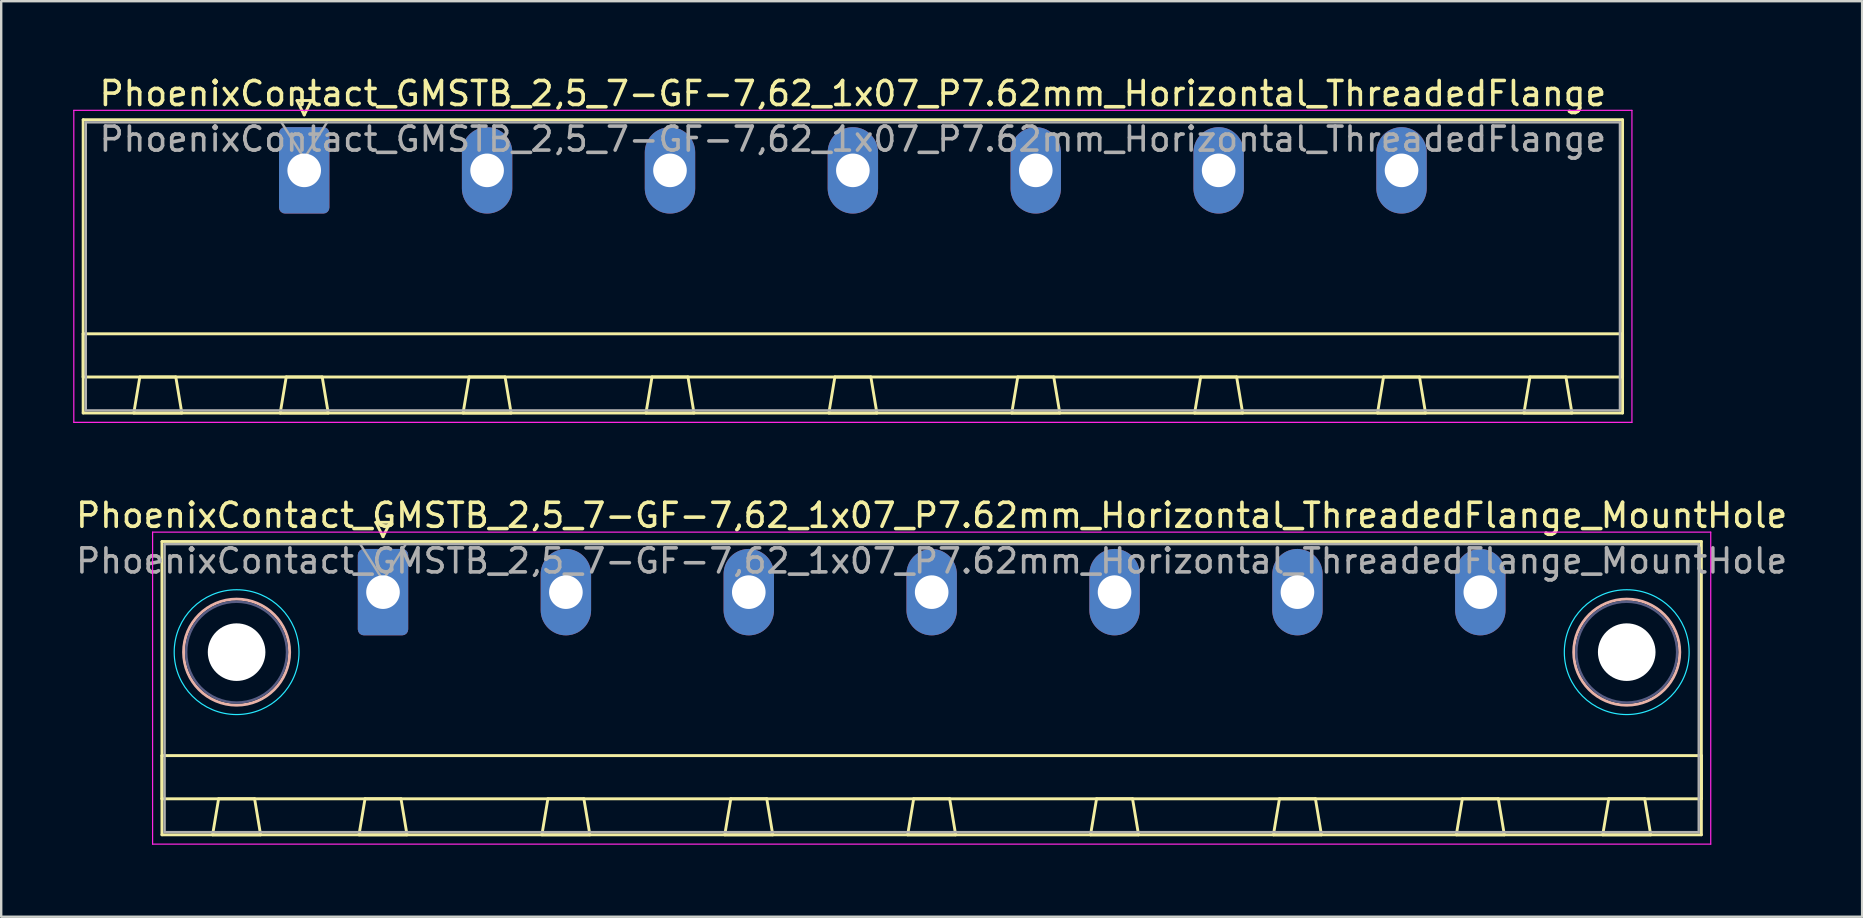
<source format=kicad_pcb>
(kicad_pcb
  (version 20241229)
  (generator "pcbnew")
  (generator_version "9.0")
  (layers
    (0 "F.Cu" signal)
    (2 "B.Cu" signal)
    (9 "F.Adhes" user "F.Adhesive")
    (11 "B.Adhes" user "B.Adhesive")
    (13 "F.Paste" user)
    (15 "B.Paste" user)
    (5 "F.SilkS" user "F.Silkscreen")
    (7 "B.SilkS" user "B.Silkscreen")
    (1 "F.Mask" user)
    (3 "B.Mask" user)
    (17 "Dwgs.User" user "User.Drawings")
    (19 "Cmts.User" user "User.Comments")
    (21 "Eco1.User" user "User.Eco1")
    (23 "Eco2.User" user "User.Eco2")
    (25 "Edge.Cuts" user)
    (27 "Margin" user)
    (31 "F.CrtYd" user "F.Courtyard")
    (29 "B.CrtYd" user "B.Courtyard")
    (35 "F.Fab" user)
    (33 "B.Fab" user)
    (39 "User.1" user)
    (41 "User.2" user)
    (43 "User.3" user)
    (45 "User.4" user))
  (footprint "PhoenixContact_GMSTB_2,5_7-GF-7,62_1x07_P7.62mm_Horizontal_ThreadedFlange"
    (layer "F.Cu")
    (at 9.625 4.048)
    (property "Reference" "PhoenixContact_GMSTB_2,5_7-GF-7,62_1x07_P7.62mm_Horizontal_ThreadedFlange" (at 22.86 -3.2 0) (layer "F.SilkS") (effects (font (size 1 1) (thickness 0.15))))
    (attr through_hole)
    (fp_line (start -9.21 -2.11) (end -9.21 10.11) (stroke (width 0.12) (type solid)) (layer "F.SilkS"))
    (fp_line (start -9.21 6.81) (end 54.93 6.81) (stroke (width 0.12) (type solid)) (layer "F.SilkS"))
    (fp_line (start -9.21 8.61) (end -9.21 6.81) (stroke (width 0.12) (type solid)) (layer "F.SilkS"))
    (fp_line (start -9.21 10.11) (end 54.93 10.11) (stroke (width 0.12) (type solid)) (layer "F.SilkS"))
    (fp_line (start -7.1 10.11) (end -5.1 10.11) (stroke (width 0.12) (type solid)) (layer "F.SilkS"))
    (fp_line (start -6.85 8.61) (end -7.1 10.11) (stroke (width 0.12) (type solid)) (layer "F.SilkS"))
    (fp_line (start -5.35 8.61) (end -6.85 8.61) (stroke (width 0.12) (type solid)) (layer "F.SilkS"))
    (fp_line (start -5.1 10.11) (end -5.35 8.61) (stroke (width 0.12) (type solid)) (layer "F.SilkS"))
    (fp_line (start -1 10.11) (end 1 10.11) (stroke (width 0.12) (type solid)) (layer "F.SilkS"))
    (fp_line (start -0.75 8.61) (end -1 10.11) (stroke (width 0.12) (type solid)) (layer "F.SilkS"))
    (fp_line (start -0.3 -2.91) (end 0.3 -2.91) (stroke (width 0.12) (type solid)) (layer "F.SilkS"))
    (fp_line (start 0 -2.31) (end -0.3 -2.91) (stroke (width 0.12) (type solid)) (layer "F.SilkS"))
    (fp_line (start 0.3 -2.91) (end 0 -2.31) (stroke (width 0.12) (type solid)) (layer "F.SilkS"))
    (fp_line (start 0.75 8.61) (end -0.75 8.61) (stroke (width 0.12) (type solid)) (layer "F.SilkS"))
    (fp_line (start 1 10.11) (end 0.75 8.61) (stroke (width 0.12) (type solid)) (layer "F.SilkS"))
    (fp_line (start 6.62 10.11) (end 8.62 10.11) (stroke (width 0.12) (type solid)) (layer "F.SilkS"))
    (fp_line (start 6.87 8.61) (end 6.62 10.11) (stroke (width 0.12) (type solid)) (layer "F.SilkS"))
    (fp_line (start 8.37 8.61) (end 6.87 8.61) (stroke (width 0.12) (type solid)) (layer "F.SilkS"))
    (fp_line (start 8.62 10.11) (end 8.37 8.61) (stroke (width 0.12) (type solid)) (layer "F.SilkS"))
    (fp_line (start 14.24 10.11) (end 16.24 10.11) (stroke (width 0.12) (type solid)) (layer "F.SilkS"))
    (fp_line (start 14.49 8.61) (end 14.24 10.11) (stroke (width 0.12) (type solid)) (layer "F.SilkS"))
    (fp_line (start 15.99 8.61) (end 14.49 8.61) (stroke (width 0.12) (type solid)) (layer "F.SilkS"))
    (fp_line (start 16.24 10.11) (end 15.99 8.61) (stroke (width 0.12) (type solid)) (layer "F.SilkS"))
    (fp_line (start 21.86 10.11) (end 23.86 10.11) (stroke (width 0.12) (type solid)) (layer "F.SilkS"))
    (fp_line (start 22.11 8.61) (end 21.86 10.11) (stroke (width 0.12) (type solid)) (layer "F.SilkS"))
    (fp_line (start 23.61 8.61) (end 22.11 8.61) (stroke (width 0.12) (type solid)) (layer "F.SilkS"))
    (fp_line (start 23.86 10.11) (end 23.61 8.61) (stroke (width 0.12) (type solid)) (layer "F.SilkS"))
    (fp_line (start 29.48 10.11) (end 31.48 10.11) (stroke (width 0.12) (type solid)) (layer "F.SilkS"))
    (fp_line (start 29.73 8.61) (end 29.48 10.11) (stroke (width 0.12) (type solid)) (layer "F.SilkS"))
    (fp_line (start 31.23 8.61) (end 29.73 8.61) (stroke (width 0.12) (type solid)) (layer "F.SilkS"))
    (fp_line (start 31.48 10.11) (end 31.23 8.61) (stroke (width 0.12) (type solid)) (layer "F.SilkS"))
    (fp_line (start 37.1 10.11) (end 39.1 10.11) (stroke (width 0.12) (type solid)) (layer "F.SilkS"))
    (fp_line (start 37.35 8.61) (end 37.1 10.11) (stroke (width 0.12) (type solid)) (layer "F.SilkS"))
    (fp_line (start 38.85 8.61) (end 37.35 8.61) (stroke (width 0.12) (type solid)) (layer "F.SilkS"))
    (fp_line (start 39.1 10.11) (end 38.85 8.61) (stroke (width 0.12) (type solid)) (layer "F.SilkS"))
    (fp_line (start 44.72 10.11) (end 46.72 10.11) (stroke (width 0.12) (type solid)) (layer "F.SilkS"))
    (fp_line (start 44.97 8.61) (end 44.72 10.11) (stroke (width 0.12) (type solid)) (layer "F.SilkS"))
    (fp_line (start 46.47 8.61) (end 44.97 8.61) (stroke (width 0.12) (type solid)) (layer "F.SilkS"))
    (fp_line (start 46.72 10.11) (end 46.47 8.61) (stroke (width 0.12) (type solid)) (layer "F.SilkS"))
    (fp_line (start 50.82 10.11) (end 52.82 10.11) (stroke (width 0.12) (type solid)) (layer "F.SilkS"))
    (fp_line (start 51.07 8.61) (end 50.82 10.11) (stroke (width 0.12) (type solid)) (layer "F.SilkS"))
    (fp_line (start 52.57 8.61) (end 51.07 8.61) (stroke (width 0.12) (type solid)) (layer "F.SilkS"))
    (fp_line (start 52.82 10.11) (end 52.57 8.61) (stroke (width 0.12) (type solid)) (layer "F.SilkS"))
    (fp_line (start 54.93 -2.11) (end -9.21 -2.11) (stroke (width 0.12) (type solid)) (layer "F.SilkS"))
    (fp_line (start 54.93 6.81) (end 54.93 8.61) (stroke (width 0.12) (type solid)) (layer "F.SilkS"))
    (fp_line (start 54.93 8.61) (end -9.21 8.61) (stroke (width 0.12) (type solid)) (layer "F.SilkS"))
    (fp_line (start 54.93 10.11) (end 54.93 -2.11) (stroke (width 0.12) (type solid)) (layer "F.SilkS"))
    (fp_line (start -9.6 -2.5) (end -9.6 10.5) (stroke (width 0.05) (type solid)) (layer "F.CrtYd"))
    (fp_line (start -9.6 10.5) (end 55.32 10.5) (stroke (width 0.05) (type solid)) (layer "F.CrtYd"))
    (fp_line (start 55.32 -2.5) (end -9.6 -2.5) (stroke (width 0.05) (type solid)) (layer "F.CrtYd"))
    (fp_line (start 55.32 10.5) (end 55.32 -2.5) (stroke (width 0.05) (type solid)) (layer "F.CrtYd"))
    (fp_line (start -9.1 -2) (end -9.1 10) (stroke (width 0.1) (type solid)) (layer "F.Fab"))
    (fp_line (start -9.1 10) (end 54.82 10) (stroke (width 0.1) (type solid)) (layer "F.Fab"))
    (fp_line (start 0 -0.5) (end -0.95 -2) (stroke (width 0.1) (type solid)) (layer "F.Fab"))
    (fp_line (start 0.95 -2) (end 0 -0.5) (stroke (width 0.1) (type solid)) (layer "F.Fab"))
    (fp_line (start 54.82 -2) (end -9.1 -2) (stroke (width 0.1) (type solid)) (layer "F.Fab"))
    (fp_line (start 54.82 10) (end 54.82 -2) (stroke (width 0.1) (type solid)) (layer "F.Fab"))
    (fp_text user "${REFERENCE}" (at 22.86 -1.3 0) (layer "F.Fab") (effects (font (size 1 1) (thickness 0.15))))
    (pad "1" thru_hole roundrect (at 0 0) (size 2.1 3.6) (drill 1.4) (layers "*.Cu" "*.Mask") (roundrect_rratio 0.119))
    (pad "2" thru_hole oval (at 7.62 0) (size 2.1 3.6) (drill 1.4) (layers "*.Cu" "*.Mask"))
    (pad "3" thru_hole oval (at 15.24 0) (size 2.1 3.6) (drill 1.4) (layers "*.Cu" "*.Mask"))
    (pad "4" thru_hole oval (at 22.86 0) (size 2.1 3.6) (drill 1.4) (layers "*.Cu" "*.Mask"))
    (pad "5" thru_hole oval (at 30.48 0) (size 2.1 3.6) (drill 1.4) (layers "*.Cu" "*.Mask"))
    (pad "6" thru_hole oval (at 38.1 0) (size 2.1 3.6) (drill 1.4) (layers "*.Cu" "*.Mask"))
    (pad "7" thru_hole oval (at 45.72 0) (size 2.1 3.6) (drill 1.4) (layers "*.Cu" "*.Mask")))
  (footprint "PhoenixContact_GMSTB_2,5_7-GF-7,62_1x07_P7.62mm_Horizontal_ThreadedFlange_MountHole"
    (layer "F.Cu")
    (at 12.908 21.622)
    (property "Reference" "PhoenixContact_GMSTB_2,5_7-GF-7,62_1x07_P7.62mm_Horizontal_ThreadedFlange_MountHole" (at 22.86 -3.2 0) (layer "F.SilkS") (effects (font (size 1 1) (thickness 0.15))))
    (attr through_hole)
    (fp_line (start -9.21 -2.11) (end -9.21 10.11) (stroke (width 0.12) (type solid)) (layer "F.SilkS"))
    (fp_line (start -9.21 6.81) (end 54.93 6.81) (stroke (width 0.12) (type solid)) (layer "F.SilkS"))
    (fp_line (start -9.21 8.61) (end -9.21 6.81) (stroke (width 0.12) (type solid)) (layer "F.SilkS"))
    (fp_line (start -9.21 10.11) (end 54.93 10.11) (stroke (width 0.12) (type solid)) (layer "F.SilkS"))
    (fp_line (start -7.1 10.11) (end -5.1 10.11) (stroke (width 0.12) (type solid)) (layer "F.SilkS"))
    (fp_line (start -6.85 8.61) (end -7.1 10.11) (stroke (width 0.12) (type solid)) (layer "F.SilkS"))
    (fp_line (start -5.35 8.61) (end -6.85 8.61) (stroke (width 0.12) (type solid)) (layer "F.SilkS"))
    (fp_line (start -5.1 10.11) (end -5.35 8.61) (stroke (width 0.12) (type solid)) (layer "F.SilkS"))
    (fp_line (start -1 10.11) (end 1 10.11) (stroke (width 0.12) (type solid)) (layer "F.SilkS"))
    (fp_line (start -0.75 8.61) (end -1 10.11) (stroke (width 0.12) (type solid)) (layer "F.SilkS"))
    (fp_line (start -0.3 -2.91) (end 0.3 -2.91) (stroke (width 0.12) (type solid)) (layer "F.SilkS"))
    (fp_line (start 0 -2.31) (end -0.3 -2.91) (stroke (width 0.12) (type solid)) (layer "F.SilkS"))
    (fp_line (start 0.3 -2.91) (end 0 -2.31) (stroke (width 0.12) (type solid)) (layer "F.SilkS"))
    (fp_line (start 0.75 8.61) (end -0.75 8.61) (stroke (width 0.12) (type solid)) (layer "F.SilkS"))
    (fp_line (start 1 10.11) (end 0.75 8.61) (stroke (width 0.12) (type solid)) (layer "F.SilkS"))
    (fp_line (start 6.62 10.11) (end 8.62 10.11) (stroke (width 0.12) (type solid)) (layer "F.SilkS"))
    (fp_line (start 6.87 8.61) (end 6.62 10.11) (stroke (width 0.12) (type solid)) (layer "F.SilkS"))
    (fp_line (start 8.37 8.61) (end 6.87 8.61) (stroke (width 0.12) (type solid)) (layer "F.SilkS"))
    (fp_line (start 8.62 10.11) (end 8.37 8.61) (stroke (width 0.12) (type solid)) (layer "F.SilkS"))
    (fp_line (start 14.24 10.11) (end 16.24 10.11) (stroke (width 0.12) (type solid)) (layer "F.SilkS"))
    (fp_line (start 14.49 8.61) (end 14.24 10.11) (stroke (width 0.12) (type solid)) (layer "F.SilkS"))
    (fp_line (start 15.99 8.61) (end 14.49 8.61) (stroke (width 0.12) (type solid)) (layer "F.SilkS"))
    (fp_line (start 16.24 10.11) (end 15.99 8.61) (stroke (width 0.12) (type solid)) (layer "F.SilkS"))
    (fp_line (start 21.86 10.11) (end 23.86 10.11) (stroke (width 0.12) (type solid)) (layer "F.SilkS"))
    (fp_line (start 22.11 8.61) (end 21.86 10.11) (stroke (width 0.12) (type solid)) (layer "F.SilkS"))
    (fp_line (start 23.61 8.61) (end 22.11 8.61) (stroke (width 0.12) (type solid)) (layer "F.SilkS"))
    (fp_line (start 23.86 10.11) (end 23.61 8.61) (stroke (width 0.12) (type solid)) (layer "F.SilkS"))
    (fp_line (start 29.48 10.11) (end 31.48 10.11) (stroke (width 0.12) (type solid)) (layer "F.SilkS"))
    (fp_line (start 29.73 8.61) (end 29.48 10.11) (stroke (width 0.12) (type solid)) (layer "F.SilkS"))
    (fp_line (start 31.23 8.61) (end 29.73 8.61) (stroke (width 0.12) (type solid)) (layer "F.SilkS"))
    (fp_line (start 31.48 10.11) (end 31.23 8.61) (stroke (width 0.12) (type solid)) (layer "F.SilkS"))
    (fp_line (start 37.1 10.11) (end 39.1 10.11) (stroke (width 0.12) (type solid)) (layer "F.SilkS"))
    (fp_line (start 37.35 8.61) (end 37.1 10.11) (stroke (width 0.12) (type solid)) (layer "F.SilkS"))
    (fp_line (start 38.85 8.61) (end 37.35 8.61) (stroke (width 0.12) (type solid)) (layer "F.SilkS"))
    (fp_line (start 39.1 10.11) (end 38.85 8.61) (stroke (width 0.12) (type solid)) (layer "F.SilkS"))
    (fp_line (start 44.72 10.11) (end 46.72 10.11) (stroke (width 0.12) (type solid)) (layer "F.SilkS"))
    (fp_line (start 44.97 8.61) (end 44.72 10.11) (stroke (width 0.12) (type solid)) (layer "F.SilkS"))
    (fp_line (start 46.47 8.61) (end 44.97 8.61) (stroke (width 0.12) (type solid)) (layer "F.SilkS"))
    (fp_line (start 46.72 10.11) (end 46.47 8.61) (stroke (width 0.12) (type solid)) (layer "F.SilkS"))
    (fp_line (start 50.82 10.11) (end 52.82 10.11) (stroke (width 0.12) (type solid)) (layer "F.SilkS"))
    (fp_line (start 51.07 8.61) (end 50.82 10.11) (stroke (width 0.12) (type solid)) (layer "F.SilkS"))
    (fp_line (start 52.57 8.61) (end 51.07 8.61) (stroke (width 0.12) (type solid)) (layer "F.SilkS"))
    (fp_line (start 52.82 10.11) (end 52.57 8.61) (stroke (width 0.12) (type solid)) (layer "F.SilkS"))
    (fp_line (start 54.93 -2.11) (end -9.21 -2.11) (stroke (width 0.12) (type solid)) (layer "F.SilkS"))
    (fp_line (start 54.93 6.81) (end 54.93 8.61) (stroke (width 0.12) (type solid)) (layer "F.SilkS"))
    (fp_line (start 54.93 8.61) (end -9.21 8.61) (stroke (width 0.12) (type solid)) (layer "F.SilkS"))
    (fp_line (start 54.93 10.11) (end 54.93 -2.11) (stroke (width 0.12) (type solid)) (layer "F.SilkS"))
    (fp_circle (center -6.1 2.5) (end -3.89 2.5) (stroke (width 0.12) (type solid)) (fill no) (layer "B.SilkS"))
    (fp_circle (center 51.82 2.5) (end 54.03 2.5) (stroke (width 0.12) (type solid)) (fill no) (layer "B.SilkS"))
    (fp_circle (center -6.1 2.5) (end -3.5 2.5) (stroke (width 0.05) (type solid)) (fill no) (layer "B.CrtYd"))
    (fp_circle (center 51.82 2.5) (end 54.42 2.5) (stroke (width 0.05) (type solid)) (fill no) (layer "B.CrtYd"))
    (fp_line (start -9.6 -2.5) (end -9.6 10.5) (stroke (width 0.05) (type solid)) (layer "F.CrtYd"))
    (fp_line (start -9.6 10.5) (end 55.32 10.5) (stroke (width 0.05) (type solid)) (layer "F.CrtYd"))
    (fp_line (start 55.32 -2.5) (end -9.6 -2.5) (stroke (width 0.05) (type solid)) (layer "F.CrtYd"))
    (fp_line (start 55.32 10.5) (end 55.32 -2.5) (stroke (width 0.05) (type solid)) (layer "F.CrtYd"))
    (fp_circle (center -6.1 2.5) (end -4 2.5) (stroke (width 0.1) (type solid)) (fill no) (layer "B.Fab"))
    (fp_circle (center 51.82 2.5) (end 53.92 2.5) (stroke (width 0.1) (type solid)) (fill no) (layer "B.Fab"))
    (fp_line (start -9.1 -2) (end -9.1 10) (stroke (width 0.1) (type solid)) (layer "F.Fab"))
    (fp_line (start -9.1 10) (end 54.82 10) (stroke (width 0.1) (type solid)) (layer "F.Fab"))
    (fp_line (start 0 -0.5) (end -0.95 -2) (stroke (width 0.1) (type solid)) (layer "F.Fab"))
    (fp_line (start 0.95 -2) (end 0 -0.5) (stroke (width 0.1) (type solid)) (layer "F.Fab"))
    (fp_line (start 54.82 -2) (end -9.1 -2) (stroke (width 0.1) (type solid)) (layer "F.Fab"))
    (fp_line (start 54.82 10) (end 54.82 -2) (stroke (width 0.1) (type solid)) (layer "F.Fab"))
    (fp_text user "${REFERENCE}" (at 22.86 -1.3 0) (layer "F.Fab") (effects (font (size 1 1) (thickness 0.15))))
    (pad "" np_thru_hole circle (at -6.1 2.5) (size 2.4 2.4) (drill 2.4) (layers "*.Cu" "*.Mask"))
    (pad "" np_thru_hole circle (at 51.82 2.5) (size 2.4 2.4) (drill 2.4) (layers "*.Cu" "*.Mask"))
    (pad "1" thru_hole roundrect (at 0 0) (size 2.1 3.6) (drill 1.4) (layers "*.Cu" "*.Mask") (roundrect_rratio 0.119))
    (pad "2" thru_hole oval (at 7.62 0) (size 2.1 3.6) (drill 1.4) (layers "*.Cu" "*.Mask"))
    (pad "3" thru_hole oval (at 15.24 0) (size 2.1 3.6) (drill 1.4) (layers "*.Cu" "*.Mask"))
    (pad "4" thru_hole oval (at 22.86 0) (size 2.1 3.6) (drill 1.4) (layers "*.Cu" "*.Mask"))
    (pad "5" thru_hole oval (at 30.48 0) (size 2.1 3.6) (drill 1.4) (layers "*.Cu" "*.Mask"))
    (pad "6" thru_hole oval (at 38.1 0) (size 2.1 3.6) (drill 1.4) (layers "*.Cu" "*.Mask"))
    (pad "7" thru_hole oval (at 45.72 0) (size 2.1 3.6) (drill 1.4) (layers "*.Cu" "*.Mask")))
  (gr_rect
    (start -3 -3)
    (end 74.536 35.147)
    (stroke (width 0.1) (type default))
    (fill no)
    (layer "Edge.Cuts")))
</source>
